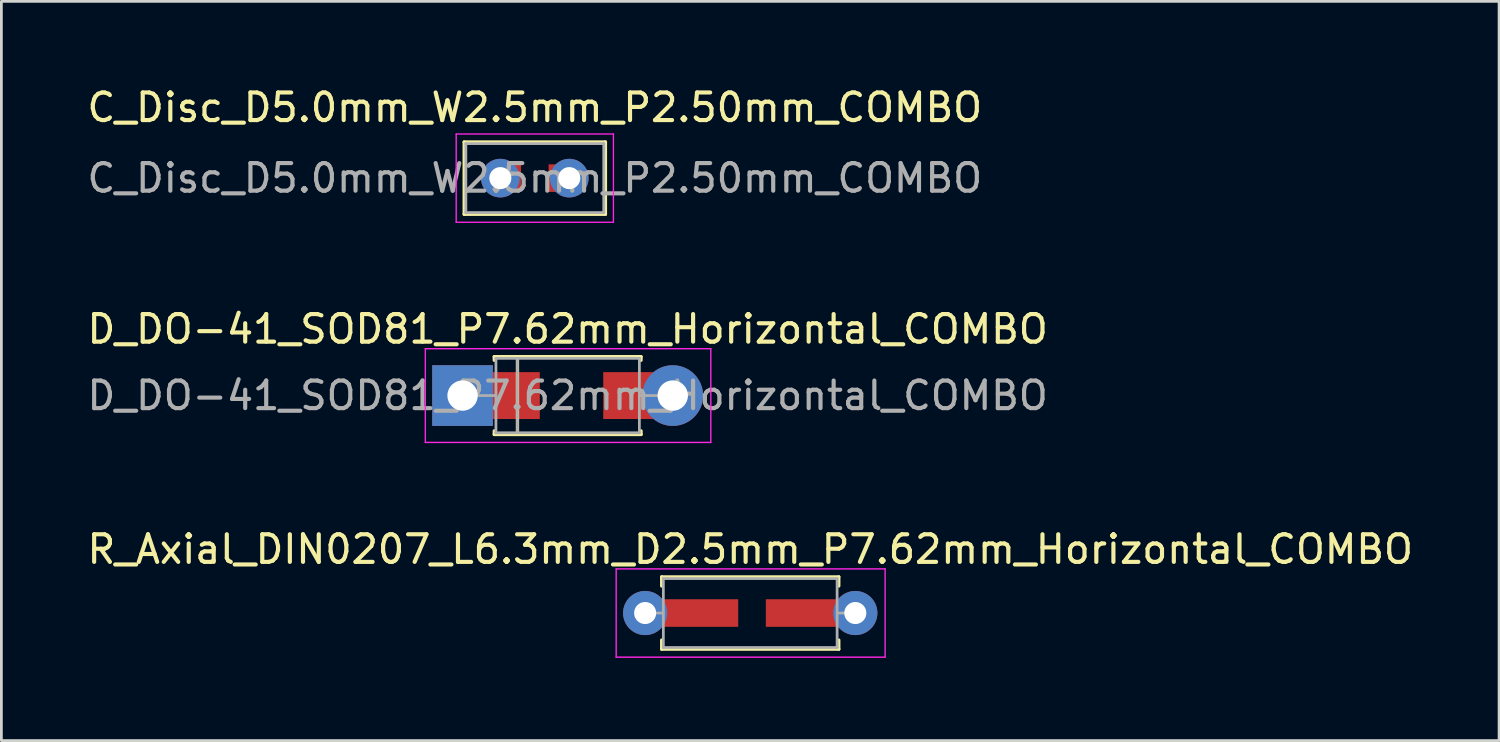
<source format=kicad_pcb>
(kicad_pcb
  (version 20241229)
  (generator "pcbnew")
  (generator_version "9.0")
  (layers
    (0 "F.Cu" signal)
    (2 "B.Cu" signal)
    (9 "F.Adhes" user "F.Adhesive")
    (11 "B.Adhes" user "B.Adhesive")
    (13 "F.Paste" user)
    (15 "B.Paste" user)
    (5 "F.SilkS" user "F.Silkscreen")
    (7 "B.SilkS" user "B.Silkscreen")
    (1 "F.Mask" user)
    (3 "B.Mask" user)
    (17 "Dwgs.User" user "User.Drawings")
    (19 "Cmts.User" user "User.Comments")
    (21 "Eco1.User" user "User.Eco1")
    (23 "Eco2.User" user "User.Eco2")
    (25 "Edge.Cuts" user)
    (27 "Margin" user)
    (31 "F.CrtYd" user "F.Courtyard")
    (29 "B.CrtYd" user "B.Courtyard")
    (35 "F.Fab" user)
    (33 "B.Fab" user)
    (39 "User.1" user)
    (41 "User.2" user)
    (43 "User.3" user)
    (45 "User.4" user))
  (footprint "R_Axial_DIN0207_L6.3mm_D2.5mm_P7.62mm_Horizontal_COMBO"
    (layer "F.Cu")
    (at 20.339 19.175)
    (property "Reference" "R_Axial_DIN0207_L6.3mm_D2.5mm_P7.62mm_Horizontal_COMBO" (at 3.81 -2.31 0) (layer "F.SilkS") (effects (font (size 1 1) (thickness 0.15))))
    (attr through_hole)
    (fp_line (start 0.6 -1.31) (end 7.02 -1.31) (stroke (width 0.12) (type solid)) (layer "F.SilkS"))
    (fp_line (start 0.6 -0.98) (end 0.6 -1.31) (stroke (width 0.12) (type solid)) (layer "F.SilkS"))
    (fp_line (start 0.6 0.98) (end 0.6 1.31) (stroke (width 0.12) (type solid)) (layer "F.SilkS"))
    (fp_line (start 0.6 1.31) (end 7.02 1.31) (stroke (width 0.12) (type solid)) (layer "F.SilkS"))
    (fp_line (start 7.02 -1.31) (end 7.02 -0.98) (stroke (width 0.12) (type solid)) (layer "F.SilkS"))
    (fp_line (start 7.02 1.31) (end 7.02 0.98) (stroke (width 0.12) (type solid)) (layer "F.SilkS"))
    (fp_line (start -1.05 -1.6) (end -1.05 1.6) (stroke (width 0.05) (type solid)) (layer "F.CrtYd"))
    (fp_line (start -1.05 1.6) (end 8.7 1.6) (stroke (width 0.05) (type solid)) (layer "F.CrtYd"))
    (fp_line (start 8.7 -1.6) (end -1.05 -1.6) (stroke (width 0.05) (type solid)) (layer "F.CrtYd"))
    (fp_line (start 8.7 1.6) (end 8.7 -1.6) (stroke (width 0.05) (type solid)) (layer "F.CrtYd"))
    (fp_line (start 0 0) (end 0.66 0) (stroke (width 0.1) (type solid)) (layer "F.Fab"))
    (fp_line (start 0.66 -1.25) (end 0.66 1.25) (stroke (width 0.1) (type solid)) (layer "F.Fab"))
    (fp_line (start 0.66 1.25) (end 6.96 1.25) (stroke (width 0.1) (type solid)) (layer "F.Fab"))
    (fp_line (start 6.96 -1.25) (end 0.66 -1.25) (stroke (width 0.1) (type solid)) (layer "F.Fab"))
    (fp_line (start 6.96 1.25) (end 6.96 -1.25) (stroke (width 0.1) (type solid)) (layer "F.Fab"))
    (fp_line (start 7.62 0) (end 6.96 0) (stroke (width 0.1) (type solid)) (layer "F.Fab"))
    (pad "1" thru_hole circle (at 0 0) (size 1.6 1.6) (drill 0.8) (layers "*.Cu" "*.Mask"))
    (pad "1" smd rect (at 2 0) (size 2.75 1) (layers "F.Cu" "F.Mask" "F.Paste"))
    (pad "2" smd rect (at 5.75 0) (size 2.75 1) (layers "F.Cu" "F.Mask" "F.Paste"))
    (pad "2" thru_hole oval (at 7.62 0) (size 1.6 1.6) (drill 0.8) (layers "*.Cu" "*.Mask")))
  (footprint "C_Disc_D5.0mm_W2.5mm_P2.50mm_COMBO"
    (layer "F.Cu")
    (at 15.089 3.408)
    (property "Reference" "C_Disc_D5.0mm_W2.5mm_P2.50mm_COMBO" (at 1.25 -2.56 0) (layer "F.SilkS") (effects (font (size 1 1) (thickness 0.15))))
    (attr through_hole)
    (fp_line (start -1.31 -1.31) (end -1.31 1.31) (stroke (width 0.12) (type solid)) (layer "F.SilkS"))
    (fp_line (start -1.31 -1.31) (end 3.81 -1.31) (stroke (width 0.12) (type solid)) (layer "F.SilkS"))
    (fp_line (start -1.31 1.31) (end 3.81 1.31) (stroke (width 0.12) (type solid)) (layer "F.SilkS"))
    (fp_line (start 3.81 -1.31) (end 3.81 1.31) (stroke (width 0.12) (type solid)) (layer "F.SilkS"))
    (fp_line (start -1.6 -1.6) (end -1.6 1.6) (stroke (width 0.05) (type solid)) (layer "F.CrtYd"))
    (fp_line (start -1.6 1.6) (end 4.1 1.6) (stroke (width 0.05) (type solid)) (layer "F.CrtYd"))
    (fp_line (start 4.1 -1.6) (end -1.6 -1.6) (stroke (width 0.05) (type solid)) (layer "F.CrtYd"))
    (fp_line (start 4.1 1.6) (end 4.1 -1.6) (stroke (width 0.05) (type solid)) (layer "F.CrtYd"))
    (fp_line (start -1.25 -1.25) (end -1.25 1.25) (stroke (width 0.1) (type solid)) (layer "F.Fab"))
    (fp_line (start -1.25 1.25) (end 3.75 1.25) (stroke (width 0.1) (type solid)) (layer "F.Fab"))
    (fp_line (start 3.75 -1.25) (end -1.25 -1.25) (stroke (width 0.1) (type solid)) (layer "F.Fab"))
    (fp_line (start 3.75 1.25) (end 3.75 -1.25) (stroke (width 0.1) (type solid)) (layer "F.Fab"))
    (fp_text user "${REFERENCE}" (at 1.25 0 0) (layer "F.Fab") (effects (font (size 1 1) (thickness 0.15))))
    (pad "1" thru_hole circle (at 0 0) (size 1.4 1.4) (drill 0.8) (layers "*.Cu" "*.Mask"))
    (pad "1" smd rect (at 0.6 0) (size 0.3 1) (layers "F.Cu" "F.Mask" "F.Paste"))
    (pad "2" smd rect (at 1.9 0) (size 0.3 1) (layers "F.Cu" "F.Mask" "F.Paste"))
    (pad "2" thru_hole circle (at 2.5 0) (size 1.4 1.4) (drill 0.8) (layers "*.Cu" "*.Mask")))
  (footprint "D_DO-41_SOD81_P7.62mm_Horizontal_COMBO"
    (layer "F.Cu")
    (at 13.72 11.291)
    (property "Reference" "D_DO-41_SOD81_P7.62mm_Horizontal_COMBO" (at 3.81 -2.41 0) (layer "F.SilkS") (effects (font (size 1 1) (thickness 0.15))))
    (attr through_hole)
    (fp_line (start 1.15 -1.41) (end 6.47 -1.41) (stroke (width 0.12) (type solid)) (layer "F.SilkS"))
    (fp_line (start 1.15 -1.28) (end 1.15 -1.41) (stroke (width 0.12) (type solid)) (layer "F.SilkS"))
    (fp_line (start 1.15 1.28) (end 1.15 1.41) (stroke (width 0.12) (type solid)) (layer "F.SilkS"))
    (fp_line (start 1.15 1.41) (end 6.47 1.41) (stroke (width 0.12) (type solid)) (layer "F.SilkS"))
    (fp_line (start 1.99 -1.41) (end 1.99 1.41) (stroke (width 0.12) (type solid)) (layer "F.SilkS"))
    (fp_line (start 6.47 -1.41) (end 6.47 -1.28) (stroke (width 0.12) (type solid)) (layer "F.SilkS"))
    (fp_line (start 6.47 1.41) (end 6.47 1.28) (stroke (width 0.12) (type solid)) (layer "F.SilkS"))
    (fp_line (start -1.35 -1.7) (end -1.35 1.7) (stroke (width 0.05) (type solid)) (layer "F.CrtYd"))
    (fp_line (start -1.35 1.7) (end 9 1.7) (stroke (width 0.05) (type solid)) (layer "F.CrtYd"))
    (fp_line (start 9 -1.7) (end -1.35 -1.7) (stroke (width 0.05) (type solid)) (layer "F.CrtYd"))
    (fp_line (start 9 1.7) (end 9 -1.7) (stroke (width 0.05) (type solid)) (layer "F.CrtYd"))
    (fp_line (start 0 0) (end 1.21 0) (stroke (width 0.1) (type solid)) (layer "F.Fab"))
    (fp_line (start 1.21 -1.35) (end 1.21 1.35) (stroke (width 0.1) (type solid)) (layer "F.Fab"))
    (fp_line (start 1.21 1.35) (end 6.41 1.35) (stroke (width 0.1) (type solid)) (layer "F.Fab"))
    (fp_line (start 1.99 -1.35) (end 1.99 1.35) (stroke (width 0.1) (type solid)) (layer "F.Fab"))
    (fp_line (start 6.41 -1.35) (end 1.21 -1.35) (stroke (width 0.1) (type solid)) (layer "F.Fab"))
    (fp_line (start 6.41 1.35) (end 6.41 -1.35) (stroke (width 0.1) (type solid)) (layer "F.Fab"))
    (fp_line (start 7.62 0) (end 6.41 0) (stroke (width 0.1) (type solid)) (layer "F.Fab"))
    (fp_text user "${REFERENCE}" (at 3.81 0 0) (layer "F.Fab") (effects (font (size 1 1) (thickness 0.15))))
    (pad "1" thru_hole rect (at 0 0) (size 2.2 2.2) (drill 1.1) (layers "*.Cu" "*.Mask"))
    (pad "1" smd rect (at 1.3 0) (size 3 1.7) (layers "F.Cu" "F.Mask" "F.Paste"))
    (pad "2" smd rect (at 6.6 0) (size 3 1.7) (layers "F.Cu" "F.Mask" "F.Paste"))
    (pad "2" thru_hole oval (at 7.62 0) (size 2.2 2.2) (drill 1.1) (layers "*.Cu" "*.Mask")))
  (gr_rect
    (start -3 -3)
    (end 51.298 23.8)
    (stroke (width 0.1) (type default))
    (fill no)
    (layer "Edge.Cuts")))
</source>
